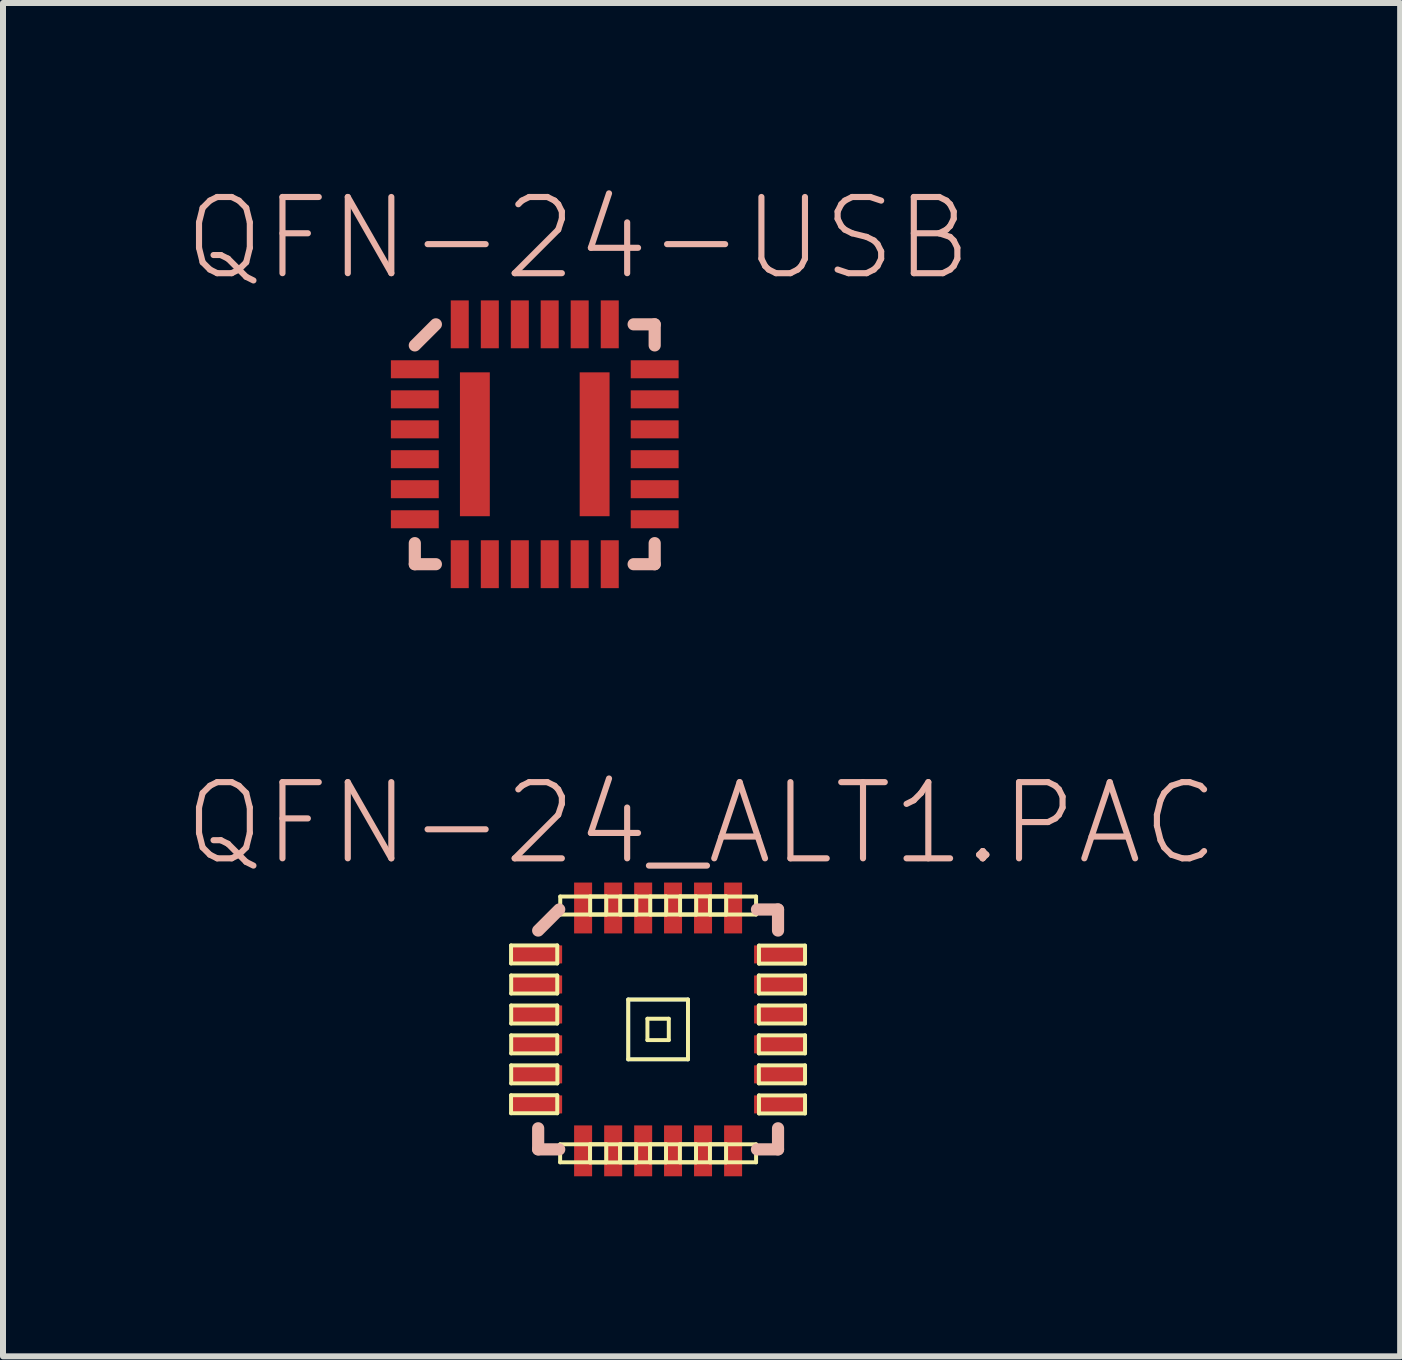
<source format=kicad_pcb>
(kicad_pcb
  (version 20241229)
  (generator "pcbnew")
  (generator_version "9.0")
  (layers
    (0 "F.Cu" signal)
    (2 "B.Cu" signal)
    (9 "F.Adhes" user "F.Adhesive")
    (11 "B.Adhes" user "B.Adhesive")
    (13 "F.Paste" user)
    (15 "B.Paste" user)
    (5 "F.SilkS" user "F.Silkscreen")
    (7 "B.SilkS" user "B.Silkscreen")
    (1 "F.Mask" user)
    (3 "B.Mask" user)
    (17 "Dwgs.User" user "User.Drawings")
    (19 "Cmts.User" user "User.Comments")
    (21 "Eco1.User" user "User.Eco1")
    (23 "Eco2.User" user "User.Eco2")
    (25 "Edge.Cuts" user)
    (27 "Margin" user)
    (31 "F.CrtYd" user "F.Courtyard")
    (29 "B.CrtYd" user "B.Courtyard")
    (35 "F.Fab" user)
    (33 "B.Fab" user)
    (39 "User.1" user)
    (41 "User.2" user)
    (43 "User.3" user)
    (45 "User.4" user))
  (footprint "QFN-24-USB"
    (layer "F.Cu")
    (at 5.863 4.355)
    (property "Reference" "QFN-24-USB" (at 0.724 -3.434 0) (layer "B.SilkS") (effects (font (size 1.27 1.27) (thickness 0.102))))
    (attr smd)
    (fp_line (start -1.999 1.999) (end -1.999 1.648) (stroke (width 0.203) (type solid)) (layer "B.SilkS"))
    (fp_line (start -1.648 -1.999) (end -1.999 -1.648) (stroke (width 0.203) (type solid)) (layer "B.SilkS"))
    (fp_line (start -1.648 1.999) (end -1.999 1.999) (stroke (width 0.203) (type solid)) (layer "B.SilkS"))
    (fp_line (start 1.648 1.999) (end 1.999 1.999) (stroke (width 0.203) (type solid)) (layer "B.SilkS"))
    (fp_line (start 1.999 -1.999) (end 1.648 -1.999) (stroke (width 0.203) (type solid)) (layer "B.SilkS"))
    (fp_line (start 1.999 -1.648) (end 1.999 -1.999) (stroke (width 0.203) (type solid)) (layer "B.SilkS"))
    (fp_line (start 1.999 1.648) (end 1.999 1.999) (stroke (width 0.203) (type solid)) (layer "B.SilkS"))
    (pad "1" smd rect (at -1.999 -1.25 180) (size 0.798 0.3) (layers "F.Cu" "F.Mask" "F.Paste"))
    (pad "2" smd rect (at -1.999 -0.749 180) (size 0.798 0.3) (layers "F.Cu" "F.Mask" "F.Paste"))
    (pad "3" smd rect (at -1.999 -0.249 180) (size 0.798 0.3) (layers "F.Cu" "F.Mask" "F.Paste"))
    (pad "4" smd rect (at -1.999 0.249 180) (size 0.798 0.3) (layers "F.Cu" "F.Mask" "F.Paste"))
    (pad "5" smd rect (at -1.999 0.749 180) (size 0.798 0.3) (layers "F.Cu" "F.Mask" "F.Paste"))
    (pad "6" smd rect (at -1.999 1.25 180) (size 0.798 0.3) (layers "F.Cu" "F.Mask" "F.Paste"))
    (pad "7" smd rect (at -1.25 1.999 90) (size 0.798 0.3) (layers "F.Cu" "F.Mask" "F.Paste"))
    (pad "8" smd rect (at -0.749 1.999 90) (size 0.798 0.3) (layers "F.Cu" "F.Mask" "F.Paste"))
    (pad "9" smd rect (at -0.249 1.999 90) (size 0.798 0.3) (layers "F.Cu" "F.Mask" "F.Paste"))
    (pad "10" smd rect (at 0.249 1.999 90) (size 0.798 0.3) (layers "F.Cu" "F.Mask" "F.Paste"))
    (pad "11" smd rect (at 0.749 1.999 90) (size 0.798 0.3) (layers "F.Cu" "F.Mask" "F.Paste"))
    (pad "12" smd rect (at 1.25 1.999 90) (size 0.798 0.3) (layers "F.Cu" "F.Mask" "F.Paste"))
    (pad "13" smd rect (at 1.999 1.25) (size 0.798 0.3) (layers "F.Cu" "F.Mask" "F.Paste"))
    (pad "14" smd rect (at 1.999 0.749) (size 0.798 0.3) (layers "F.Cu" "F.Mask" "F.Paste"))
    (pad "15" smd rect (at 1.999 0.249) (size 0.798 0.3) (layers "F.Cu" "F.Mask" "F.Paste"))
    (pad "16" smd rect (at 1.999 -0.249) (size 0.798 0.3) (layers "F.Cu" "F.Mask" "F.Paste"))
    (pad "17" smd rect (at 1.999 -0.749) (size 0.798 0.3) (layers "F.Cu" "F.Mask" "F.Paste"))
    (pad "18" smd rect (at 1.999 -1.25) (size 0.798 0.3) (layers "F.Cu" "F.Mask" "F.Paste"))
    (pad "19" smd rect (at 1.25 -1.999 270) (size 0.798 0.3) (layers "F.Cu" "F.Mask" "F.Paste"))
    (pad "20" smd rect (at 0.749 -1.999 270) (size 0.798 0.3) (layers "F.Cu" "F.Mask" "F.Paste"))
    (pad "21" smd rect (at 0.249 -1.999 270) (size 0.798 0.3) (layers "F.Cu" "F.Mask" "F.Paste"))
    (pad "22" smd rect (at -0.249 -1.999 270) (size 0.798 0.3) (layers "F.Cu" "F.Mask" "F.Paste"))
    (pad "23" smd rect (at -0.749 -1.999 270) (size 0.798 0.3) (layers "F.Cu" "F.Mask" "F.Paste"))
    (pad "24" smd rect (at -1.25 -1.999 270) (size 0.798 0.3) (layers "F.Cu" "F.Mask" "F.Paste"))
    (pad "GND1" smd rect (at -0.998 0 90) (size 2.398 0.498) (layers "F.Cu" "F.Mask" "F.Paste"))
    (pad "GND2" smd rect (at 0.998 0 90) (size 2.398 0.498) (layers "F.Cu" "F.Mask" "F.Paste")))
  (footprint "QFN-24_ALT1.PAC"
    (layer "F.Cu")
    (at 7.919 14.108)
    (property "Reference" "QFN-24_ALT1.PAC" (at 0.724 -3.434 0) (layer "B.SilkS") (effects (font (size 1.27 1.27) (thickness 0.102))))
    (attr smd)
    (fp_line (start -0.498 -0.498) (end 0.498 -0.498) (stroke (width 0.066) (type solid)) (layer "B.Cu"))
    (fp_line (start -0.498 0.498) (end -0.498 -0.498) (stroke (width 0.066) (type solid)) (layer "B.Cu"))
    (fp_line (start -0.498 0.498) (end 0.498 0.498) (stroke (width 0.066) (type solid)) (layer "B.Cu"))
    (fp_line (start 0.498 0.498) (end 0.498 -0.498) (stroke (width 0.066) (type solid)) (layer "B.Cu"))
    (fp_line (start -2.451 -1.4) (end -1.681 -1.4) (stroke (width 0.066) (type solid)) (layer "F.SilkS"))
    (fp_line (start -2.451 -1.1) (end -2.451 -1.4) (stroke (width 0.066) (type solid)) (layer "F.SilkS"))
    (fp_line (start -2.451 -1.1) (end -1.681 -1.1) (stroke (width 0.066) (type solid)) (layer "F.SilkS"))
    (fp_line (start -2.451 1.097) (end -1.681 1.097) (stroke (width 0.066) (type solid)) (layer "F.SilkS"))
    (fp_line (start -2.451 1.397) (end -2.451 1.097) (stroke (width 0.066) (type solid)) (layer "F.SilkS"))
    (fp_line (start -2.451 1.397) (end -1.681 1.397) (stroke (width 0.066) (type solid)) (layer "F.SilkS"))
    (fp_line (start -2.449 -0.899) (end -1.681 -0.899) (stroke (width 0.066) (type solid)) (layer "F.SilkS"))
    (fp_line (start -2.449 -0.599) (end -2.449 -0.899) (stroke (width 0.066) (type solid)) (layer "F.SilkS"))
    (fp_line (start -2.449 -0.599) (end -1.681 -0.599) (stroke (width 0.066) (type solid)) (layer "F.SilkS"))
    (fp_line (start -2.449 -0.399) (end -1.681 -0.399) (stroke (width 0.066) (type solid)) (layer "F.SilkS"))
    (fp_line (start -2.449 -0.099) (end -2.449 -0.399) (stroke (width 0.066) (type solid)) (layer "F.SilkS"))
    (fp_line (start -2.449 -0.099) (end -1.681 -0.099) (stroke (width 0.066) (type solid)) (layer "F.SilkS"))
    (fp_line (start -2.449 0.099) (end -1.681 0.099) (stroke (width 0.066) (type solid)) (layer "F.SilkS"))
    (fp_line (start -2.449 0.399) (end -2.449 0.099) (stroke (width 0.066) (type solid)) (layer "F.SilkS"))
    (fp_line (start -2.449 0.399) (end -1.681 0.399) (stroke (width 0.066) (type solid)) (layer "F.SilkS"))
    (fp_line (start -2.449 0.599) (end -1.679 0.599) (stroke (width 0.066) (type solid)) (layer "F.SilkS"))
    (fp_line (start -2.449 0.899) (end -2.449 0.599) (stroke (width 0.066) (type solid)) (layer "F.SilkS"))
    (fp_line (start -2.449 0.899) (end -1.679 0.899) (stroke (width 0.066) (type solid)) (layer "F.SilkS"))
    (fp_line (start -1.681 -1.1) (end -1.681 -1.4) (stroke (width 0.066) (type solid)) (layer "F.SilkS"))
    (fp_line (start -1.681 -0.599) (end -1.681 -0.899) (stroke (width 0.066) (type solid)) (layer "F.SilkS"))
    (fp_line (start -1.681 -0.099) (end -1.681 -0.399) (stroke (width 0.066) (type solid)) (layer "F.SilkS"))
    (fp_line (start -1.681 0.399) (end -1.681 0.099) (stroke (width 0.066) (type solid)) (layer "F.SilkS"))
    (fp_line (start -1.681 1.397) (end -1.681 1.097) (stroke (width 0.066) (type solid)) (layer "F.SilkS"))
    (fp_line (start -1.679 0.899) (end -1.679 0.599) (stroke (width 0.066) (type solid)) (layer "F.SilkS"))
    (fp_line (start -1.633 1.915) (end -0.864 1.915) (stroke (width 0.066) (type solid)) (layer "F.SilkS"))
    (fp_line (start -1.633 2.215) (end -1.633 1.915) (stroke (width 0.066) (type solid)) (layer "F.SilkS"))
    (fp_line (start -1.633 2.215) (end -0.864 2.215) (stroke (width 0.066) (type solid)) (layer "F.SilkS"))
    (fp_line (start -1.631 -2.215) (end -0.864 -2.215) (stroke (width 0.066) (type solid)) (layer "F.SilkS"))
    (fp_line (start -1.631 -1.915) (end -1.631 -2.215) (stroke (width 0.066) (type solid)) (layer "F.SilkS"))
    (fp_line (start -1.631 -1.915) (end -0.864 -1.915) (stroke (width 0.066) (type solid)) (layer "F.SilkS"))
    (fp_line (start -1.135 1.915) (end -0.366 1.915) (stroke (width 0.066) (type solid)) (layer "F.SilkS"))
    (fp_line (start -1.135 2.217) (end -1.135 1.915) (stroke (width 0.066) (type solid)) (layer "F.SilkS"))
    (fp_line (start -1.135 2.217) (end -0.366 2.217) (stroke (width 0.066) (type solid)) (layer "F.SilkS"))
    (fp_line (start -1.133 -2.215) (end -0.363 -2.215) (stroke (width 0.066) (type solid)) (layer "F.SilkS"))
    (fp_line (start -1.133 -1.915) (end -1.133 -2.215) (stroke (width 0.066) (type solid)) (layer "F.SilkS"))
    (fp_line (start -1.133 -1.915) (end -0.363 -1.915) (stroke (width 0.066) (type solid)) (layer "F.SilkS"))
    (fp_line (start -0.864 -1.915) (end -0.864 -2.215) (stroke (width 0.066) (type solid)) (layer "F.SilkS"))
    (fp_line (start -0.864 2.215) (end -0.864 1.915) (stroke (width 0.066) (type solid)) (layer "F.SilkS"))
    (fp_line (start -0.635 1.915) (end 0.132 1.915) (stroke (width 0.066) (type solid)) (layer "F.SilkS"))
    (fp_line (start -0.635 2.215) (end -0.635 1.915) (stroke (width 0.066) (type solid)) (layer "F.SilkS"))
    (fp_line (start -0.635 2.215) (end 0.132 2.215) (stroke (width 0.066) (type solid)) (layer "F.SilkS"))
    (fp_line (start -0.632 -2.215) (end 0.135 -2.215) (stroke (width 0.066) (type solid)) (layer "F.SilkS"))
    (fp_line (start -0.632 -1.915) (end -0.632 -2.215) (stroke (width 0.066) (type solid)) (layer "F.SilkS"))
    (fp_line (start -0.632 -1.915) (end 0.135 -1.915) (stroke (width 0.066) (type solid)) (layer "F.SilkS"))
    (fp_line (start -0.498 -0.498) (end 0.498 -0.498) (stroke (width 0.066) (type solid)) (layer "F.SilkS"))
    (fp_line (start -0.498 0.498) (end -0.498 -0.498) (stroke (width 0.066) (type solid)) (layer "F.SilkS"))
    (fp_line (start -0.498 0.498) (end 0.498 0.498) (stroke (width 0.066) (type solid)) (layer "F.SilkS"))
    (fp_line (start -0.366 2.217) (end -0.366 1.915) (stroke (width 0.066) (type solid)) (layer "F.SilkS"))
    (fp_line (start -0.363 -1.915) (end -0.363 -2.215) (stroke (width 0.066) (type solid)) (layer "F.SilkS"))
    (fp_line (start -0.178 -0.178) (end 0.178 -0.178) (stroke (width 0.066) (type solid)) (layer "F.SilkS"))
    (fp_line (start -0.178 0.178) (end -0.178 -0.178) (stroke (width 0.066) (type solid)) (layer "F.SilkS"))
    (fp_line (start -0.178 0.178) (end 0.178 0.178) (stroke (width 0.066) (type solid)) (layer "F.SilkS"))
    (fp_line (start -0.135 1.915) (end 0.632 1.915) (stroke (width 0.066) (type solid)) (layer "F.SilkS"))
    (fp_line (start -0.135 2.215) (end -0.135 1.915) (stroke (width 0.066) (type solid)) (layer "F.SilkS"))
    (fp_line (start -0.135 2.215) (end 0.632 2.215) (stroke (width 0.066) (type solid)) (layer "F.SilkS"))
    (fp_line (start -0.132 -2.215) (end 0.635 -2.215) (stroke (width 0.066) (type solid)) (layer "F.SilkS"))
    (fp_line (start -0.132 -1.915) (end -0.132 -2.215) (stroke (width 0.066) (type solid)) (layer "F.SilkS"))
    (fp_line (start -0.132 -1.915) (end 0.635 -1.915) (stroke (width 0.066) (type solid)) (layer "F.SilkS"))
    (fp_line (start 0.132 2.215) (end 0.132 1.915) (stroke (width 0.066) (type solid)) (layer "F.SilkS"))
    (fp_line (start 0.135 -1.915) (end 0.135 -2.215) (stroke (width 0.066) (type solid)) (layer "F.SilkS"))
    (fp_line (start 0.178 0.178) (end 0.178 -0.178) (stroke (width 0.066) (type solid)) (layer "F.SilkS"))
    (fp_line (start 0.363 1.915) (end 1.133 1.915) (stroke (width 0.066) (type solid)) (layer "F.SilkS"))
    (fp_line (start 0.363 2.215) (end 0.363 1.915) (stroke (width 0.066) (type solid)) (layer "F.SilkS"))
    (fp_line (start 0.363 2.215) (end 1.133 2.215) (stroke (width 0.066) (type solid)) (layer "F.SilkS"))
    (fp_line (start 0.366 -2.217) (end 1.135 -2.217) (stroke (width 0.066) (type solid)) (layer "F.SilkS"))
    (fp_line (start 0.366 -1.915) (end 0.366 -2.217) (stroke (width 0.066) (type solid)) (layer "F.SilkS"))
    (fp_line (start 0.366 -1.915) (end 1.135 -1.915) (stroke (width 0.066) (type solid)) (layer "F.SilkS"))
    (fp_line (start 0.498 0.498) (end 0.498 -0.498) (stroke (width 0.066) (type solid)) (layer "F.SilkS"))
    (fp_line (start 0.632 2.215) (end 0.632 1.915) (stroke (width 0.066) (type solid)) (layer "F.SilkS"))
    (fp_line (start 0.635 -1.915) (end 0.635 -2.215) (stroke (width 0.066) (type solid)) (layer "F.SilkS"))
    (fp_line (start 0.864 -2.215) (end 1.633 -2.215) (stroke (width 0.066) (type solid)) (layer "F.SilkS"))
    (fp_line (start 0.864 -1.915) (end 0.864 -2.215) (stroke (width 0.066) (type solid)) (layer "F.SilkS"))
    (fp_line (start 0.864 -1.915) (end 1.633 -1.915) (stroke (width 0.066) (type solid)) (layer "F.SilkS"))
    (fp_line (start 0.864 1.915) (end 1.633 1.915) (stroke (width 0.066) (type solid)) (layer "F.SilkS"))
    (fp_line (start 0.864 2.215) (end 0.864 1.915) (stroke (width 0.066) (type solid)) (layer "F.SilkS"))
    (fp_line (start 0.864 2.215) (end 1.633 2.215) (stroke (width 0.066) (type solid)) (layer "F.SilkS"))
    (fp_line (start 1.133 2.215) (end 1.133 1.915) (stroke (width 0.066) (type solid)) (layer "F.SilkS"))
    (fp_line (start 1.135 -1.915) (end 1.135 -2.217) (stroke (width 0.066) (type solid)) (layer "F.SilkS"))
    (fp_line (start 1.633 -1.915) (end 1.633 -2.215) (stroke (width 0.066) (type solid)) (layer "F.SilkS"))
    (fp_line (start 1.633 2.215) (end 1.633 1.915) (stroke (width 0.066) (type solid)) (layer "F.SilkS"))
    (fp_line (start 1.679 -0.899) (end 2.449 -0.899) (stroke (width 0.066) (type solid)) (layer "F.SilkS"))
    (fp_line (start 1.679 -0.599) (end 1.679 -0.899) (stroke (width 0.066) (type solid)) (layer "F.SilkS"))
    (fp_line (start 1.679 -0.599) (end 2.449 -0.599) (stroke (width 0.066) (type solid)) (layer "F.SilkS"))
    (fp_line (start 1.679 -0.399) (end 2.449 -0.399) (stroke (width 0.066) (type solid)) (layer "F.SilkS"))
    (fp_line (start 1.679 -0.099) (end 1.679 -0.399) (stroke (width 0.066) (type solid)) (layer "F.SilkS"))
    (fp_line (start 1.679 -0.099) (end 2.449 -0.099) (stroke (width 0.066) (type solid)) (layer "F.SilkS"))
    (fp_line (start 1.679 0.099) (end 2.449 0.099) (stroke (width 0.066) (type solid)) (layer "F.SilkS"))
    (fp_line (start 1.679 0.399) (end 1.679 0.099) (stroke (width 0.066) (type solid)) (layer "F.SilkS"))
    (fp_line (start 1.679 0.399) (end 2.449 0.399) (stroke (width 0.066) (type solid)) (layer "F.SilkS"))
    (fp_line (start 1.679 0.599) (end 2.449 0.599) (stroke (width 0.066) (type solid)) (layer "F.SilkS"))
    (fp_line (start 1.679 0.899) (end 1.679 0.599) (stroke (width 0.066) (type solid)) (layer "F.SilkS"))
    (fp_line (start 1.679 0.899) (end 2.449 0.899) (stroke (width 0.066) (type solid)) (layer "F.SilkS"))
    (fp_line (start 1.681 -1.397) (end 2.449 -1.397) (stroke (width 0.066) (type solid)) (layer "F.SilkS"))
    (fp_line (start 1.681 -1.097) (end 1.681 -1.397) (stroke (width 0.066) (type solid)) (layer "F.SilkS"))
    (fp_line (start 1.681 -1.097) (end 2.449 -1.097) (stroke (width 0.066) (type solid)) (layer "F.SilkS"))
    (fp_line (start 1.681 1.1) (end 2.449 1.1) (stroke (width 0.066) (type solid)) (layer "F.SilkS"))
    (fp_line (start 1.681 1.4) (end 1.681 1.1) (stroke (width 0.066) (type solid)) (layer "F.SilkS"))
    (fp_line (start 1.681 1.4) (end 2.449 1.4) (stroke (width 0.066) (type solid)) (layer "F.SilkS"))
    (fp_line (start 2.449 -1.097) (end 2.449 -1.397) (stroke (width 0.066) (type solid)) (layer "F.SilkS"))
    (fp_line (start 2.449 -0.599) (end 2.449 -0.899) (stroke (width 0.066) (type solid)) (layer "F.SilkS"))
    (fp_line (start 2.449 -0.099) (end 2.449 -0.399) (stroke (width 0.066) (type solid)) (layer "F.SilkS"))
    (fp_line (start 2.449 0.399) (end 2.449 0.099) (stroke (width 0.066) (type solid)) (layer "F.SilkS"))
    (fp_line (start 2.449 0.899) (end 2.449 0.599) (stroke (width 0.066) (type solid)) (layer "F.SilkS"))
    (fp_line (start 2.449 1.4) (end 2.449 1.1) (stroke (width 0.066) (type solid)) (layer "F.SilkS"))
    (fp_line (start -1.999 1.999) (end -1.999 1.648) (stroke (width 0.203) (type solid)) (layer "B.SilkS"))
    (fp_line (start -1.648 -1.999) (end -1.999 -1.648) (stroke (width 0.203) (type solid)) (layer "B.SilkS"))
    (fp_line (start -1.648 1.999) (end -1.999 1.999) (stroke (width 0.203) (type solid)) (layer "B.SilkS"))
    (fp_line (start 1.648 1.999) (end 1.999 1.999) (stroke (width 0.203) (type solid)) (layer "B.SilkS"))
    (fp_line (start 1.999 -1.999) (end 1.648 -1.999) (stroke (width 0.203) (type solid)) (layer "B.SilkS"))
    (fp_line (start 1.999 -1.648) (end 1.999 -1.999) (stroke (width 0.203) (type solid)) (layer "B.SilkS"))
    (fp_line (start 1.999 1.648) (end 1.999 1.999) (stroke (width 0.203) (type solid)) (layer "B.SilkS"))
    (pad "1" smd rect (at -2.024 -1.25 180) (size 0.848 0.3) (layers "F.Cu" "F.Mask" "F.Paste"))
    (pad "2" smd rect (at -2.024 -0.749 180) (size 0.848 0.3) (layers "F.Cu" "F.Mask" "F.Paste"))
    (pad "3" smd rect (at -2.024 -0.249 180) (size 0.848 0.3) (layers "F.Cu" "F.Mask" "F.Paste"))
    (pad "4" smd rect (at -2.024 0.249 180) (size 0.848 0.3) (layers "F.Cu" "F.Mask" "F.Paste"))
    (pad "5" smd rect (at -2.024 0.749 180) (size 0.848 0.3) (layers "F.Cu" "F.Mask" "F.Paste"))
    (pad "6" smd rect (at -2.024 1.25 180) (size 0.848 0.3) (layers "F.Cu" "F.Mask" "F.Paste"))
    (pad "7" smd rect (at -1.25 2.024 90) (size 0.848 0.3) (layers "F.Cu" "F.Mask" "F.Paste"))
    (pad "8" smd rect (at -0.749 2.024 90) (size 0.848 0.3) (layers "F.Cu" "F.Mask" "F.Paste"))
    (pad "9" smd rect (at -0.249 2.024 90) (size 0.848 0.3) (layers "F.Cu" "F.Mask" "F.Paste"))
    (pad "10" smd rect (at 0.249 2.024 90) (size 0.848 0.3) (layers "F.Cu" "F.Mask" "F.Paste"))
    (pad "11" smd rect (at 0.749 2.024 90) (size 0.848 0.3) (layers "F.Cu" "F.Mask" "F.Paste"))
    (pad "12" smd rect (at 1.25 2.024 90) (size 0.848 0.3) (layers "F.Cu" "F.Mask" "F.Paste"))
    (pad "13" smd rect (at 2.024 1.25) (size 0.848 0.3) (layers "F.Cu" "F.Mask" "F.Paste"))
    (pad "14" smd rect (at 2.024 0.749) (size 0.848 0.3) (layers "F.Cu" "F.Mask" "F.Paste"))
    (pad "15" smd rect (at 2.024 0.249) (size 0.848 0.3) (layers "F.Cu" "F.Mask" "F.Paste"))
    (pad "16" smd rect (at 2.024 -0.249) (size 0.848 0.3) (layers "F.Cu" "F.Mask" "F.Paste"))
    (pad "17" smd rect (at 2.024 -0.749) (size 0.848 0.3) (layers "F.Cu" "F.Mask" "F.Paste"))
    (pad "18" smd rect (at 2.024 -1.25) (size 0.848 0.3) (layers "F.Cu" "F.Mask" "F.Paste"))
    (pad "19" smd rect (at 1.25 -2.024 270) (size 0.848 0.3) (layers "F.Cu" "F.Mask" "F.Paste"))
    (pad "20" smd rect (at 0.749 -2.024 270) (size 0.848 0.3) (layers "F.Cu" "F.Mask" "F.Paste"))
    (pad "21" smd rect (at 0.249 -2.024 270) (size 0.848 0.3) (layers "F.Cu" "F.Mask" "F.Paste"))
    (pad "22" smd rect (at -0.249 -2.024 270) (size 0.848 0.3) (layers "F.Cu" "F.Mask" "F.Paste"))
    (pad "23" smd rect (at -0.749 -2.024 270) (size 0.848 0.3) (layers "F.Cu" "F.Mask" "F.Paste"))
    (pad "24" smd rect (at -1.25 -2.024 270) (size 0.848 0.3) (layers "F.Cu" "F.Mask" "F.Paste")))
  (gr_rect
    (start -3 -3)
    (end 20.287 19.557)
    (stroke (width 0.1) (type default))
    (fill no)
    (layer "Edge.Cuts")))
</source>
